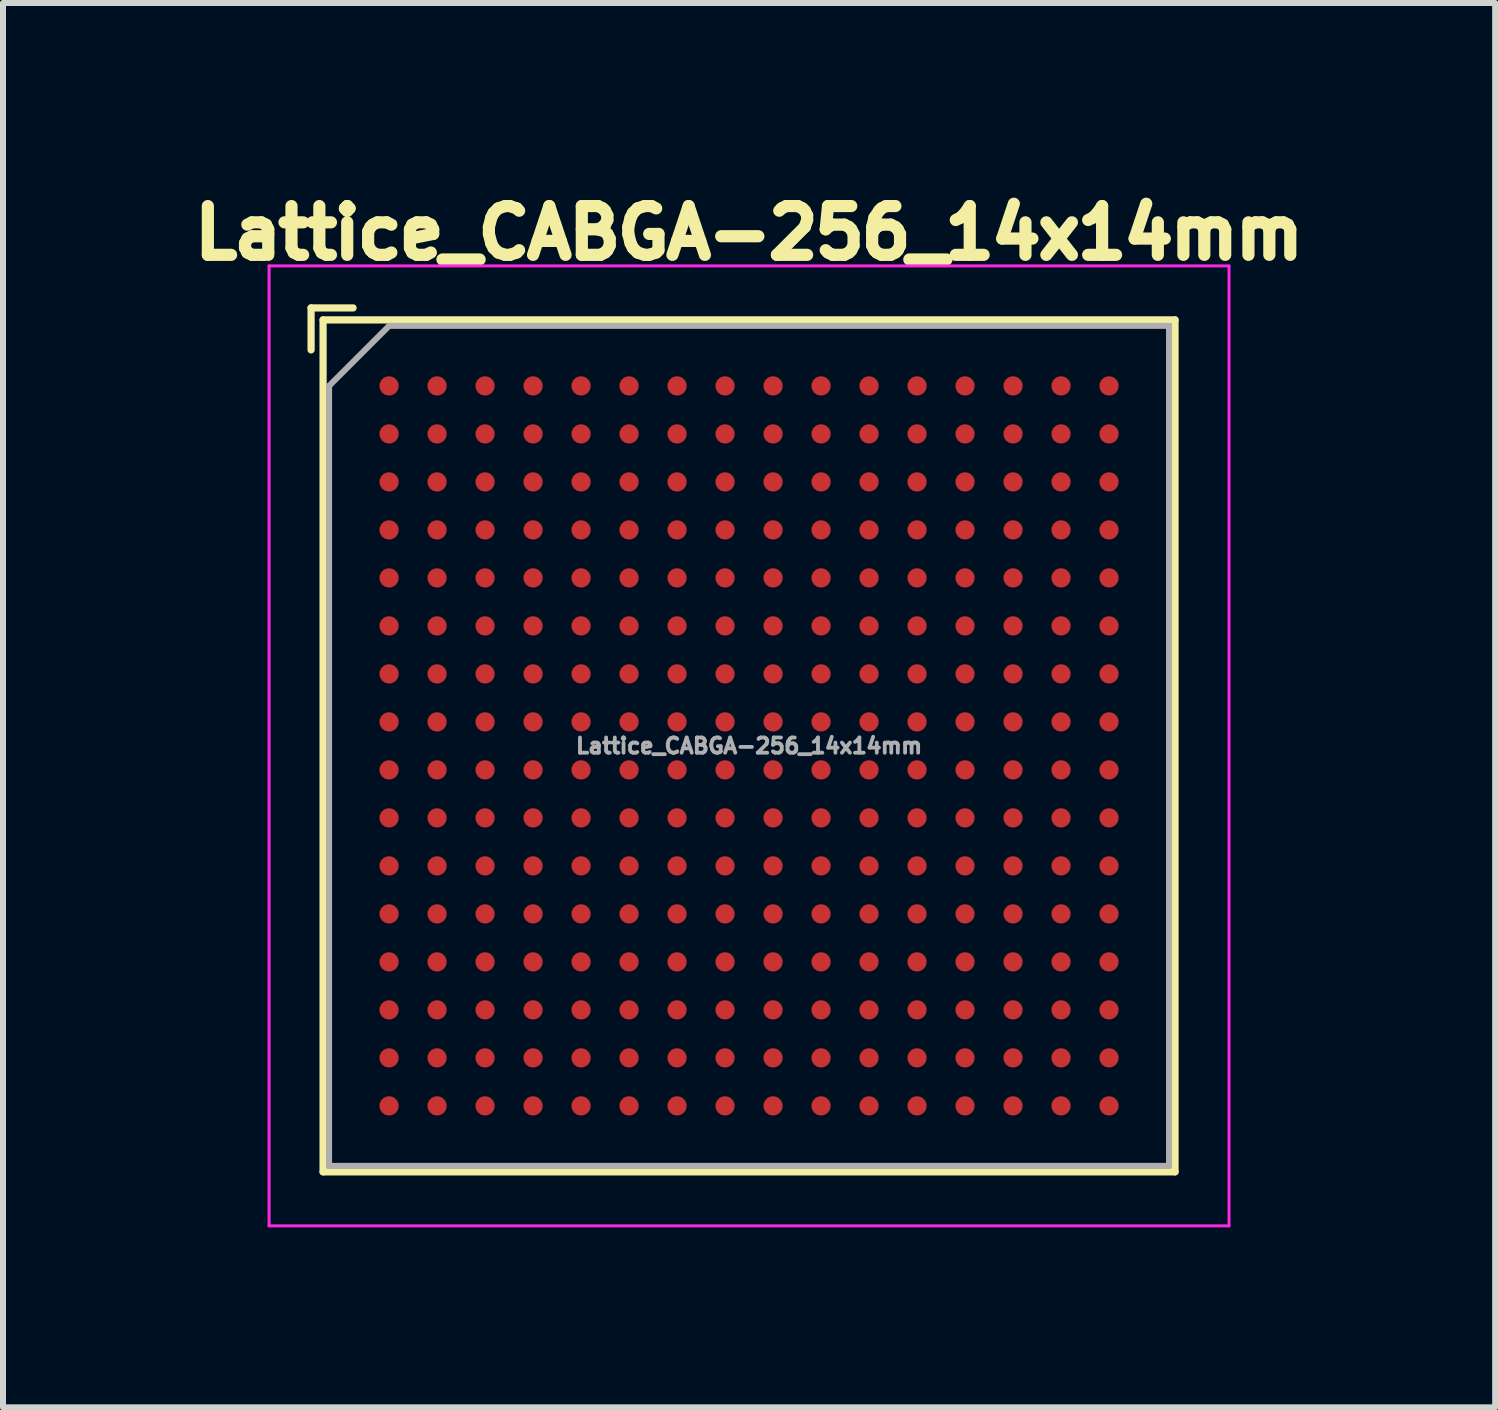
<source format=kicad_pcb>
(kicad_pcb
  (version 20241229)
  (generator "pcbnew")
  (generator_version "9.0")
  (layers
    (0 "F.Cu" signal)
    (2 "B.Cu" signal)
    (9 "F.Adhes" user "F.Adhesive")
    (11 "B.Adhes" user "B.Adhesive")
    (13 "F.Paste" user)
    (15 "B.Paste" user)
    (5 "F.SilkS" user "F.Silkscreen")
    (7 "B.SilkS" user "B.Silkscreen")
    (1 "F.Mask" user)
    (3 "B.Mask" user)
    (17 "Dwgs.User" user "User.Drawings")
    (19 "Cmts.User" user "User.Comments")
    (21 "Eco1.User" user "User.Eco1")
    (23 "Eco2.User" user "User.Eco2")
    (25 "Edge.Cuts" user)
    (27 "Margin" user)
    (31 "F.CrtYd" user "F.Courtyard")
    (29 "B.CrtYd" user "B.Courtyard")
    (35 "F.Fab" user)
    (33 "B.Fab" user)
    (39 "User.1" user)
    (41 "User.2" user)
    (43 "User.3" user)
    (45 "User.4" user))
  (footprint "Lattice_CABGA-256_14x14mm"
    (layer "F.Cu")
    (at 9.435 9.382)
    (property "Reference" "Lattice_CABGA-256_14x14mm" (at 0 -8.55 0) (layer "F.SilkS") (effects (font (size 0.813 0.813) (thickness 0.203))))
    (attr smd)
    (fp_line (start -7.3 -7.3) (end -7.3 -6.6) (stroke (width 0.12) (type solid)) (layer "F.SilkS"))
    (fp_line (start -7.1 -7.1) (end -7.1 7.1) (stroke (width 0.12) (type solid)) (layer "F.SilkS"))
    (fp_line (start -7.1 7.1) (end 7.1 7.1) (stroke (width 0.12) (type solid)) (layer "F.SilkS"))
    (fp_line (start -6.6 -7.3) (end -7.3 -7.3) (stroke (width 0.12) (type solid)) (layer "F.SilkS"))
    (fp_line (start 7.1 -7.1) (end -7.1 -7.1) (stroke (width 0.12) (type solid)) (layer "F.SilkS"))
    (fp_line (start 7.1 7.1) (end 7.1 -7.1) (stroke (width 0.12) (type solid)) (layer "F.SilkS"))
    (fp_line (start -8 -8) (end -8 8) (stroke (width 0.05) (type solid)) (layer "F.CrtYd"))
    (fp_line (start -8 -8) (end 8 -8) (stroke (width 0.05) (type solid)) (layer "F.CrtYd"))
    (fp_line (start 8 8) (end -8 8) (stroke (width 0.05) (type solid)) (layer "F.CrtYd"))
    (fp_line (start 8 8) (end 8 -8) (stroke (width 0.05) (type solid)) (layer "F.CrtYd"))
    (fp_line (start -7 -6) (end -7 7) (stroke (width 0.1) (type solid)) (layer "F.Fab"))
    (fp_line (start -7 7) (end 7 7) (stroke (width 0.1) (type solid)) (layer "F.Fab"))
    (fp_line (start -6 -7) (end -7 -6) (stroke (width 0.1) (type solid)) (layer "F.Fab"))
    (fp_line (start 7 -7) (end -6 -7) (stroke (width 0.1) (type solid)) (layer "F.Fab"))
    (fp_line (start 7 7) (end 7 -7) (stroke (width 0.1) (type solid)) (layer "F.Fab"))
    (fp_text user "${REFERENCE}" (at 0 0 0) (layer "F.Fab") (effects (font (size 0.254 0.254) (thickness 0.064))))
    (pad "A1" smd circle (at -6 -6) (size 0.32 0.32) (layers "F.Cu" "F.Mask" "F.Paste"))
    (pad "A2" smd circle (at -5.2 -6) (size 0.32 0.32) (layers "F.Cu" "F.Mask" "F.Paste"))
    (pad "A3" smd circle (at -4.4 -6) (size 0.32 0.32) (layers "F.Cu" "F.Mask" "F.Paste"))
    (pad "A4" smd circle (at -3.6 -6) (size 0.32 0.32) (layers "F.Cu" "F.Mask" "F.Paste"))
    (pad "A5" smd circle (at -2.8 -6) (size 0.32 0.32) (layers "F.Cu" "F.Mask" "F.Paste"))
    (pad "A6" smd circle (at -2 -6) (size 0.32 0.32) (layers "F.Cu" "F.Mask" "F.Paste"))
    (pad "A7" smd circle (at -1.2 -6) (size 0.32 0.32) (layers "F.Cu" "F.Mask" "F.Paste"))
    (pad "A8" smd circle (at -0.4 -6) (size 0.32 0.32) (layers "F.Cu" "F.Mask" "F.Paste"))
    (pad "A9" smd circle (at 0.4 -6) (size 0.32 0.32) (layers "F.Cu" "F.Mask" "F.Paste"))
    (pad "A10" smd circle (at 1.2 -6) (size 0.32 0.32) (layers "F.Cu" "F.Mask" "F.Paste"))
    (pad "A11" smd circle (at 2 -6) (size 0.32 0.32) (layers "F.Cu" "F.Mask" "F.Paste"))
    (pad "A12" smd circle (at 2.8 -6) (size 0.32 0.32) (layers "F.Cu" "F.Mask" "F.Paste"))
    (pad "A13" smd circle (at 3.6 -6) (size 0.32 0.32) (layers "F.Cu" "F.Mask" "F.Paste"))
    (pad "A14" smd circle (at 4.4 -6) (size 0.32 0.32) (layers "F.Cu" "F.Mask" "F.Paste"))
    (pad "A15" smd circle (at 5.2 -6) (size 0.32 0.32) (layers "F.Cu" "F.Mask" "F.Paste"))
    (pad "A16" smd circle (at 6 -6) (size 0.32 0.32) (layers "F.Cu" "F.Mask" "F.Paste"))
    (pad "B1" smd circle (at -6 -5.2) (size 0.32 0.32) (layers "F.Cu" "F.Mask" "F.Paste"))
    (pad "B2" smd circle (at -5.2 -5.2) (size 0.32 0.32) (layers "F.Cu" "F.Mask" "F.Paste"))
    (pad "B3" smd circle (at -4.4 -5.2) (size 0.32 0.32) (layers "F.Cu" "F.Mask" "F.Paste"))
    (pad "B4" smd circle (at -3.6 -5.2) (size 0.32 0.32) (layers "F.Cu" "F.Mask" "F.Paste"))
    (pad "B5" smd circle (at -2.8 -5.2) (size 0.32 0.32) (layers "F.Cu" "F.Mask" "F.Paste"))
    (pad "B6" smd circle (at -2 -5.2) (size 0.32 0.32) (layers "F.Cu" "F.Mask" "F.Paste"))
    (pad "B7" smd circle (at -1.2 -5.2) (size 0.32 0.32) (layers "F.Cu" "F.Mask" "F.Paste"))
    (pad "B8" smd circle (at -0.4 -5.2) (size 0.32 0.32) (layers "F.Cu" "F.Mask" "F.Paste"))
    (pad "B9" smd circle (at 0.4 -5.2) (size 0.32 0.32) (layers "F.Cu" "F.Mask" "F.Paste"))
    (pad "B10" smd circle (at 1.2 -5.2) (size 0.32 0.32) (layers "F.Cu" "F.Mask" "F.Paste"))
    (pad "B11" smd circle (at 2 -5.2) (size 0.32 0.32) (layers "F.Cu" "F.Mask" "F.Paste"))
    (pad "B12" smd circle (at 2.8 -5.2) (size 0.32 0.32) (layers "F.Cu" "F.Mask" "F.Paste"))
    (pad "B13" smd circle (at 3.6 -5.2) (size 0.32 0.32) (layers "F.Cu" "F.Mask" "F.Paste"))
    (pad "B14" smd circle (at 4.4 -5.2) (size 0.32 0.32) (layers "F.Cu" "F.Mask" "F.Paste"))
    (pad "B15" smd circle (at 5.2 -5.2) (size 0.32 0.32) (layers "F.Cu" "F.Mask" "F.Paste"))
    (pad "B16" smd circle (at 6 -5.2) (size 0.32 0.32) (layers "F.Cu" "F.Mask" "F.Paste"))
    (pad "C1" smd circle (at -6 -4.4) (size 0.32 0.32) (layers "F.Cu" "F.Mask" "F.Paste"))
    (pad "C2" smd circle (at -5.2 -4.4) (size 0.32 0.32) (layers "F.Cu" "F.Mask" "F.Paste"))
    (pad "C3" smd circle (at -4.4 -4.4) (size 0.32 0.32) (layers "F.Cu" "F.Mask" "F.Paste"))
    (pad "C4" smd circle (at -3.6 -4.4) (size 0.32 0.32) (layers "F.Cu" "F.Mask" "F.Paste"))
    (pad "C5" smd circle (at -2.8 -4.4) (size 0.32 0.32) (layers "F.Cu" "F.Mask" "F.Paste"))
    (pad "C6" smd circle (at -2 -4.4) (size 0.32 0.32) (layers "F.Cu" "F.Mask" "F.Paste"))
    (pad "C7" smd circle (at -1.2 -4.4) (size 0.32 0.32) (layers "F.Cu" "F.Mask" "F.Paste"))
    (pad "C8" smd circle (at -0.4 -4.4) (size 0.32 0.32) (layers "F.Cu" "F.Mask" "F.Paste"))
    (pad "C9" smd circle (at 0.4 -4.4) (size 0.32 0.32) (layers "F.Cu" "F.Mask" "F.Paste"))
    (pad "C10" smd circle (at 1.2 -4.4) (size 0.32 0.32) (layers "F.Cu" "F.Mask" "F.Paste"))
    (pad "C11" smd circle (at 2 -4.4) (size 0.32 0.32) (layers "F.Cu" "F.Mask" "F.Paste"))
    (pad "C12" smd circle (at 2.8 -4.4) (size 0.32 0.32) (layers "F.Cu" "F.Mask" "F.Paste"))
    (pad "C13" smd circle (at 3.6 -4.4) (size 0.32 0.32) (layers "F.Cu" "F.Mask" "F.Paste"))
    (pad "C14" smd circle (at 4.4 -4.4) (size 0.32 0.32) (layers "F.Cu" "F.Mask" "F.Paste"))
    (pad "C15" smd circle (at 5.2 -4.4) (size 0.32 0.32) (layers "F.Cu" "F.Mask" "F.Paste"))
    (pad "C16" smd circle (at 6 -4.4) (size 0.32 0.32) (layers "F.Cu" "F.Mask" "F.Paste"))
    (pad "D1" smd circle (at -6 -3.6) (size 0.32 0.32) (layers "F.Cu" "F.Mask" "F.Paste"))
    (pad "D2" smd circle (at -5.2 -3.6) (size 0.32 0.32) (layers "F.Cu" "F.Mask" "F.Paste"))
    (pad "D3" smd circle (at -4.4 -3.6) (size 0.32 0.32) (layers "F.Cu" "F.Mask" "F.Paste"))
    (pad "D4" smd circle (at -3.6 -3.6) (size 0.32 0.32) (layers "F.Cu" "F.Mask" "F.Paste"))
    (pad "D5" smd circle (at -2.8 -3.6) (size 0.32 0.32) (layers "F.Cu" "F.Mask" "F.Paste"))
    (pad "D6" smd circle (at -2 -3.6) (size 0.32 0.32) (layers "F.Cu" "F.Mask" "F.Paste"))
    (pad "D7" smd circle (at -1.2 -3.6) (size 0.32 0.32) (layers "F.Cu" "F.Mask" "F.Paste"))
    (pad "D8" smd circle (at -0.4 -3.6) (size 0.32 0.32) (layers "F.Cu" "F.Mask" "F.Paste"))
    (pad "D9" smd circle (at 0.4 -3.6) (size 0.32 0.32) (layers "F.Cu" "F.Mask" "F.Paste"))
    (pad "D10" smd circle (at 1.2 -3.6) (size 0.32 0.32) (layers "F.Cu" "F.Mask" "F.Paste"))
    (pad "D11" smd circle (at 2 -3.6) (size 0.32 0.32) (layers "F.Cu" "F.Mask" "F.Paste"))
    (pad "D12" smd circle (at 2.8 -3.6) (size 0.32 0.32) (layers "F.Cu" "F.Mask" "F.Paste"))
    (pad "D13" smd circle (at 3.6 -3.6) (size 0.32 0.32) (layers "F.Cu" "F.Mask" "F.Paste"))
    (pad "D14" smd circle (at 4.4 -3.6) (size 0.32 0.32) (layers "F.Cu" "F.Mask" "F.Paste"))
    (pad "D15" smd circle (at 5.2 -3.6) (size 0.32 0.32) (layers "F.Cu" "F.Mask" "F.Paste"))
    (pad "D16" smd circle (at 6 -3.6) (size 0.32 0.32) (layers "F.Cu" "F.Mask" "F.Paste"))
    (pad "E1" smd circle (at -6 -2.8) (size 0.32 0.32) (layers "F.Cu" "F.Mask" "F.Paste"))
    (pad "E2" smd circle (at -5.2 -2.8) (size 0.32 0.32) (layers "F.Cu" "F.Mask" "F.Paste"))
    (pad "E3" smd circle (at -4.4 -2.8) (size 0.32 0.32) (layers "F.Cu" "F.Mask" "F.Paste"))
    (pad "E4" smd circle (at -3.6 -2.8) (size 0.32 0.32) (layers "F.Cu" "F.Mask" "F.Paste"))
    (pad "E5" smd circle (at -2.8 -2.8) (size 0.32 0.32) (layers "F.Cu" "F.Mask" "F.Paste"))
    (pad "E6" smd circle (at -2 -2.8) (size 0.32 0.32) (layers "F.Cu" "F.Mask" "F.Paste"))
    (pad "E7" smd circle (at -1.2 -2.8) (size 0.32 0.32) (layers "F.Cu" "F.Mask" "F.Paste"))
    (pad "E8" smd circle (at -0.4 -2.8) (size 0.32 0.32) (layers "F.Cu" "F.Mask" "F.Paste"))
    (pad "E9" smd circle (at 0.4 -2.8) (size 0.32 0.32) (layers "F.Cu" "F.Mask" "F.Paste"))
    (pad "E10" smd circle (at 1.2 -2.8) (size 0.32 0.32) (layers "F.Cu" "F.Mask" "F.Paste"))
    (pad "E11" smd circle (at 2 -2.8) (size 0.32 0.32) (layers "F.Cu" "F.Mask" "F.Paste"))
    (pad "E12" smd circle (at 2.8 -2.8) (size 0.32 0.32) (layers "F.Cu" "F.Mask" "F.Paste"))
    (pad "E13" smd circle (at 3.6 -2.8) (size 0.32 0.32) (layers "F.Cu" "F.Mask" "F.Paste"))
    (pad "E14" smd circle (at 4.4 -2.8) (size 0.32 0.32) (layers "F.Cu" "F.Mask" "F.Paste"))
    (pad "E15" smd circle (at 5.2 -2.8) (size 0.32 0.32) (layers "F.Cu" "F.Mask" "F.Paste"))
    (pad "E16" smd circle (at 6 -2.8) (size 0.32 0.32) (layers "F.Cu" "F.Mask" "F.Paste"))
    (pad "F1" smd circle (at -6 -2) (size 0.32 0.32) (layers "F.Cu" "F.Mask" "F.Paste"))
    (pad "F2" smd circle (at -5.2 -2) (size 0.32 0.32) (layers "F.Cu" "F.Mask" "F.Paste"))
    (pad "F3" smd circle (at -4.4 -2) (size 0.32 0.32) (layers "F.Cu" "F.Mask" "F.Paste"))
    (pad "F4" smd circle (at -3.6 -2) (size 0.32 0.32) (layers "F.Cu" "F.Mask" "F.Paste"))
    (pad "F5" smd circle (at -2.8 -2) (size 0.32 0.32) (layers "F.Cu" "F.Mask" "F.Paste"))
    (pad "F6" smd circle (at -2 -2) (size 0.32 0.32) (layers "F.Cu" "F.Mask" "F.Paste"))
    (pad "F7" smd circle (at -1.2 -2) (size 0.32 0.32) (layers "F.Cu" "F.Mask" "F.Paste"))
    (pad "F8" smd circle (at -0.4 -2) (size 0.32 0.32) (layers "F.Cu" "F.Mask" "F.Paste"))
    (pad "F9" smd circle (at 0.4 -2) (size 0.32 0.32) (layers "F.Cu" "F.Mask" "F.Paste"))
    (pad "F10" smd circle (at 1.2 -2) (size 0.32 0.32) (layers "F.Cu" "F.Mask" "F.Paste"))
    (pad "F11" smd circle (at 2 -2) (size 0.32 0.32) (layers "F.Cu" "F.Mask" "F.Paste"))
    (pad "F12" smd circle (at 2.8 -2) (size 0.32 0.32) (layers "F.Cu" "F.Mask" "F.Paste"))
    (pad "F13" smd circle (at 3.6 -2) (size 0.32 0.32) (layers "F.Cu" "F.Mask" "F.Paste"))
    (pad "F14" smd circle (at 4.4 -2) (size 0.32 0.32) (layers "F.Cu" "F.Mask" "F.Paste"))
    (pad "F15" smd circle (at 5.2 -2) (size 0.32 0.32) (layers "F.Cu" "F.Mask" "F.Paste"))
    (pad "F16" smd circle (at 6 -2) (size 0.32 0.32) (layers "F.Cu" "F.Mask" "F.Paste"))
    (pad "G1" smd circle (at -6 -1.2) (size 0.32 0.32) (layers "F.Cu" "F.Mask" "F.Paste"))
    (pad "G2" smd circle (at -5.2 -1.2) (size 0.32 0.32) (layers "F.Cu" "F.Mask" "F.Paste"))
    (pad "G3" smd circle (at -4.4 -1.2) (size 0.32 0.32) (layers "F.Cu" "F.Mask" "F.Paste"))
    (pad "G4" smd circle (at -3.6 -1.2) (size 0.32 0.32) (layers "F.Cu" "F.Mask" "F.Paste"))
    (pad "G5" smd circle (at -2.8 -1.2) (size 0.32 0.32) (layers "F.Cu" "F.Mask" "F.Paste"))
    (pad "G6" smd circle (at -2 -1.2) (size 0.32 0.32) (layers "F.Cu" "F.Mask" "F.Paste"))
    (pad "G7" smd circle (at -1.2 -1.2) (size 0.32 0.32) (layers "F.Cu" "F.Mask" "F.Paste"))
    (pad "G8" smd circle (at -0.4 -1.2) (size 0.32 0.32) (layers "F.Cu" "F.Mask" "F.Paste"))
    (pad "G9" smd circle (at 0.4 -1.2) (size 0.32 0.32) (layers "F.Cu" "F.Mask" "F.Paste"))
    (pad "G10" smd circle (at 1.2 -1.2) (size 0.32 0.32) (layers "F.Cu" "F.Mask" "F.Paste"))
    (pad "G11" smd circle (at 2 -1.2) (size 0.32 0.32) (layers "F.Cu" "F.Mask" "F.Paste"))
    (pad "G12" smd circle (at 2.8 -1.2) (size 0.32 0.32) (layers "F.Cu" "F.Mask" "F.Paste"))
    (pad "G13" smd circle (at 3.6 -1.2) (size 0.32 0.32) (layers "F.Cu" "F.Mask" "F.Paste"))
    (pad "G14" smd circle (at 4.4 -1.2) (size 0.32 0.32) (layers "F.Cu" "F.Mask" "F.Paste"))
    (pad "G15" smd circle (at 5.2 -1.2) (size 0.32 0.32) (layers "F.Cu" "F.Mask" "F.Paste"))
    (pad "G16" smd circle (at 6 -1.2) (size 0.32 0.32) (layers "F.Cu" "F.Mask" "F.Paste"))
    (pad "H1" smd circle (at -6 -0.4) (size 0.32 0.32) (layers "F.Cu" "F.Mask" "F.Paste"))
    (pad "H2" smd circle (at -5.2 -0.4) (size 0.32 0.32) (layers "F.Cu" "F.Mask" "F.Paste"))
    (pad "H3" smd circle (at -4.4 -0.4) (size 0.32 0.32) (layers "F.Cu" "F.Mask" "F.Paste"))
    (pad "H4" smd circle (at -3.6 -0.4) (size 0.32 0.32) (layers "F.Cu" "F.Mask" "F.Paste"))
    (pad "H5" smd circle (at -2.8 -0.4) (size 0.32 0.32) (layers "F.Cu" "F.Mask" "F.Paste"))
    (pad "H6" smd circle (at -2 -0.4) (size 0.32 0.32) (layers "F.Cu" "F.Mask" "F.Paste"))
    (pad "H7" smd circle (at -1.2 -0.4) (size 0.32 0.32) (layers "F.Cu" "F.Mask" "F.Paste"))
    (pad "H8" smd circle (at -0.4 -0.4) (size 0.32 0.32) (layers "F.Cu" "F.Mask" "F.Paste"))
    (pad "H9" smd circle (at 0.4 -0.4) (size 0.32 0.32) (layers "F.Cu" "F.Mask" "F.Paste"))
    (pad "H10" smd circle (at 1.2 -0.4) (size 0.32 0.32) (layers "F.Cu" "F.Mask" "F.Paste"))
    (pad "H11" smd circle (at 2 -0.4) (size 0.32 0.32) (layers "F.Cu" "F.Mask" "F.Paste"))
    (pad "H12" smd circle (at 2.8 -0.4) (size 0.32 0.32) (layers "F.Cu" "F.Mask" "F.Paste"))
    (pad "H13" smd circle (at 3.6 -0.4) (size 0.32 0.32) (layers "F.Cu" "F.Mask" "F.Paste"))
    (pad "H14" smd circle (at 4.4 -0.4) (size 0.32 0.32) (layers "F.Cu" "F.Mask" "F.Paste"))
    (pad "H15" smd circle (at 5.2 -0.4) (size 0.32 0.32) (layers "F.Cu" "F.Mask" "F.Paste"))
    (pad "H16" smd circle (at 6 -0.4) (size 0.32 0.32) (layers "F.Cu" "F.Mask" "F.Paste"))
    (pad "J1" smd circle (at -6 0.4) (size 0.32 0.32) (layers "F.Cu" "F.Mask" "F.Paste"))
    (pad "J2" smd circle (at -5.2 0.4) (size 0.32 0.32) (layers "F.Cu" "F.Mask" "F.Paste"))
    (pad "J3" smd circle (at -4.4 0.4) (size 0.32 0.32) (layers "F.Cu" "F.Mask" "F.Paste"))
    (pad "J4" smd circle (at -3.6 0.4) (size 0.32 0.32) (layers "F.Cu" "F.Mask" "F.Paste"))
    (pad "J5" smd circle (at -2.8 0.4) (size 0.32 0.32) (layers "F.Cu" "F.Mask" "F.Paste"))
    (pad "J6" smd circle (at -2 0.4) (size 0.32 0.32) (layers "F.Cu" "F.Mask" "F.Paste"))
    (pad "J7" smd circle (at -1.2 0.4) (size 0.32 0.32) (layers "F.Cu" "F.Mask" "F.Paste"))
    (pad "J8" smd circle (at -0.4 0.4) (size 0.32 0.32) (layers "F.Cu" "F.Mask" "F.Paste"))
    (pad "J9" smd circle (at 0.4 0.4) (size 0.32 0.32) (layers "F.Cu" "F.Mask" "F.Paste"))
    (pad "J10" smd circle (at 1.2 0.4) (size 0.32 0.32) (layers "F.Cu" "F.Mask" "F.Paste"))
    (pad "J11" smd circle (at 2 0.4) (size 0.32 0.32) (layers "F.Cu" "F.Mask" "F.Paste"))
    (pad "J12" smd circle (at 2.8 0.4) (size 0.32 0.32) (layers "F.Cu" "F.Mask" "F.Paste"))
    (pad "J13" smd circle (at 3.6 0.4) (size 0.32 0.32) (layers "F.Cu" "F.Mask" "F.Paste"))
    (pad "J14" smd circle (at 4.4 0.4) (size 0.32 0.32) (layers "F.Cu" "F.Mask" "F.Paste"))
    (pad "J15" smd circle (at 5.2 0.4) (size 0.32 0.32) (layers "F.Cu" "F.Mask" "F.Paste"))
    (pad "J16" smd circle (at 6 0.4) (size 0.32 0.32) (layers "F.Cu" "F.Mask" "F.Paste"))
    (pad "K1" smd circle (at -6 1.2) (size 0.32 0.32) (layers "F.Cu" "F.Mask" "F.Paste"))
    (pad "K2" smd circle (at -5.2 1.2) (size 0.32 0.32) (layers "F.Cu" "F.Mask" "F.Paste"))
    (pad "K3" smd circle (at -4.4 1.2) (size 0.32 0.32) (layers "F.Cu" "F.Mask" "F.Paste"))
    (pad "K4" smd circle (at -3.6 1.2) (size 0.32 0.32) (layers "F.Cu" "F.Mask" "F.Paste"))
    (pad "K5" smd circle (at -2.8 1.2) (size 0.32 0.32) (layers "F.Cu" "F.Mask" "F.Paste"))
    (pad "K6" smd circle (at -2 1.2) (size 0.32 0.32) (layers "F.Cu" "F.Mask" "F.Paste"))
    (pad "K7" smd circle (at -1.2 1.2) (size 0.32 0.32) (layers "F.Cu" "F.Mask" "F.Paste"))
    (pad "K8" smd circle (at -0.4 1.2) (size 0.32 0.32) (layers "F.Cu" "F.Mask" "F.Paste"))
    (pad "K9" smd circle (at 0.4 1.2) (size 0.32 0.32) (layers "F.Cu" "F.Mask" "F.Paste"))
    (pad "K10" smd circle (at 1.2 1.2) (size 0.32 0.32) (layers "F.Cu" "F.Mask" "F.Paste"))
    (pad "K11" smd circle (at 2 1.2) (size 0.32 0.32) (layers "F.Cu" "F.Mask" "F.Paste"))
    (pad "K12" smd circle (at 2.8 1.2) (size 0.32 0.32) (layers "F.Cu" "F.Mask" "F.Paste"))
    (pad "K13" smd circle (at 3.6 1.2) (size 0.32 0.32) (layers "F.Cu" "F.Mask" "F.Paste"))
    (pad "K14" smd circle (at 4.4 1.2) (size 0.32 0.32) (layers "F.Cu" "F.Mask" "F.Paste"))
    (pad "K15" smd circle (at 5.2 1.2) (size 0.32 0.32) (layers "F.Cu" "F.Mask" "F.Paste"))
    (pad "K16" smd circle (at 6 1.2) (size 0.32 0.32) (layers "F.Cu" "F.Mask" "F.Paste"))
    (pad "L1" smd circle (at -6 2) (size 0.32 0.32) (layers "F.Cu" "F.Mask" "F.Paste"))
    (pad "L2" smd circle (at -5.2 2) (size 0.32 0.32) (layers "F.Cu" "F.Mask" "F.Paste"))
    (pad "L3" smd circle (at -4.4 2) (size 0.32 0.32) (layers "F.Cu" "F.Mask" "F.Paste"))
    (pad "L4" smd circle (at -3.6 2) (size 0.32 0.32) (layers "F.Cu" "F.Mask" "F.Paste"))
    (pad "L5" smd circle (at -2.8 2) (size 0.32 0.32) (layers "F.Cu" "F.Mask" "F.Paste"))
    (pad "L6" smd circle (at -2 2) (size 0.32 0.32) (layers "F.Cu" "F.Mask" "F.Paste"))
    (pad "L7" smd circle (at -1.2 2) (size 0.32 0.32) (layers "F.Cu" "F.Mask" "F.Paste"))
    (pad "L8" smd circle (at -0.4 2) (size 0.32 0.32) (layers "F.Cu" "F.Mask" "F.Paste"))
    (pad "L9" smd circle (at 0.4 2) (size 0.32 0.32) (layers "F.Cu" "F.Mask" "F.Paste"))
    (pad "L10" smd circle (at 1.2 2) (size 0.32 0.32) (layers "F.Cu" "F.Mask" "F.Paste"))
    (pad "L11" smd circle (at 2 2) (size 0.32 0.32) (layers "F.Cu" "F.Mask" "F.Paste"))
    (pad "L12" smd circle (at 2.8 2) (size 0.32 0.32) (layers "F.Cu" "F.Mask" "F.Paste"))
    (pad "L13" smd circle (at 3.6 2) (size 0.32 0.32) (layers "F.Cu" "F.Mask" "F.Paste"))
    (pad "L14" smd circle (at 4.4 2) (size 0.32 0.32) (layers "F.Cu" "F.Mask" "F.Paste"))
    (pad "L15" smd circle (at 5.2 2) (size 0.32 0.32) (layers "F.Cu" "F.Mask" "F.Paste"))
    (pad "L16" smd circle (at 6 2) (size 0.32 0.32) (layers "F.Cu" "F.Mask" "F.Paste"))
    (pad "M1" smd circle (at -6 2.8) (size 0.32 0.32) (layers "F.Cu" "F.Mask" "F.Paste"))
    (pad "M2" smd circle (at -5.2 2.8) (size 0.32 0.32) (layers "F.Cu" "F.Mask" "F.Paste"))
    (pad "M3" smd circle (at -4.4 2.8) (size 0.32 0.32) (layers "F.Cu" "F.Mask" "F.Paste"))
    (pad "M4" smd circle (at -3.6 2.8) (size 0.32 0.32) (layers "F.Cu" "F.Mask" "F.Paste"))
    (pad "M5" smd circle (at -2.8 2.8) (size 0.32 0.32) (layers "F.Cu" "F.Mask" "F.Paste"))
    (pad "M6" smd circle (at -2 2.8) (size 0.32 0.32) (layers "F.Cu" "F.Mask" "F.Paste"))
    (pad "M7" smd circle (at -1.2 2.8) (size 0.32 0.32) (layers "F.Cu" "F.Mask" "F.Paste"))
    (pad "M8" smd circle (at -0.4 2.8) (size 0.32 0.32) (layers "F.Cu" "F.Mask" "F.Paste"))
    (pad "M9" smd circle (at 0.4 2.8) (size 0.32 0.32) (layers "F.Cu" "F.Mask" "F.Paste"))
    (pad "M10" smd circle (at 1.2 2.8) (size 0.32 0.32) (layers "F.Cu" "F.Mask" "F.Paste"))
    (pad "M11" smd circle (at 2 2.8) (size 0.32 0.32) (layers "F.Cu" "F.Mask" "F.Paste"))
    (pad "M12" smd circle (at 2.8 2.8) (size 0.32 0.32) (layers "F.Cu" "F.Mask" "F.Paste"))
    (pad "M13" smd circle (at 3.6 2.8) (size 0.32 0.32) (layers "F.Cu" "F.Mask" "F.Paste"))
    (pad "M14" smd circle (at 4.4 2.8) (size 0.32 0.32) (layers "F.Cu" "F.Mask" "F.Paste"))
    (pad "M15" smd circle (at 5.2 2.8) (size 0.32 0.32) (layers "F.Cu" "F.Mask" "F.Paste"))
    (pad "M16" smd circle (at 6 2.8) (size 0.32 0.32) (layers "F.Cu" "F.Mask" "F.Paste"))
    (pad "N1" smd circle (at -6 3.6) (size 0.32 0.32) (layers "F.Cu" "F.Mask" "F.Paste"))
    (pad "N2" smd circle (at -5.2 3.6) (size 0.32 0.32) (layers "F.Cu" "F.Mask" "F.Paste"))
    (pad "N3" smd circle (at -4.4 3.6) (size 0.32 0.32) (layers "F.Cu" "F.Mask" "F.Paste"))
    (pad "N4" smd circle (at -3.6 3.6) (size 0.32 0.32) (layers "F.Cu" "F.Mask" "F.Paste"))
    (pad "N5" smd circle (at -2.8 3.6) (size 0.32 0.32) (layers "F.Cu" "F.Mask" "F.Paste"))
    (pad "N6" smd circle (at -2 3.6) (size 0.32 0.32) (layers "F.Cu" "F.Mask" "F.Paste"))
    (pad "N7" smd circle (at -1.2 3.6) (size 0.32 0.32) (layers "F.Cu" "F.Mask" "F.Paste"))
    (pad "N8" smd circle (at -0.4 3.6) (size 0.32 0.32) (layers "F.Cu" "F.Mask" "F.Paste"))
    (pad "N9" smd circle (at 0.4 3.6) (size 0.32 0.32) (layers "F.Cu" "F.Mask" "F.Paste"))
    (pad "N10" smd circle (at 1.2 3.6) (size 0.32 0.32) (layers "F.Cu" "F.Mask" "F.Paste"))
    (pad "N11" smd circle (at 2 3.6) (size 0.32 0.32) (layers "F.Cu" "F.Mask" "F.Paste"))
    (pad "N12" smd circle (at 2.8 3.6) (size 0.32 0.32) (layers "F.Cu" "F.Mask" "F.Paste"))
    (pad "N13" smd circle (at 3.6 3.6) (size 0.32 0.32) (layers "F.Cu" "F.Mask" "F.Paste"))
    (pad "N14" smd circle (at 4.4 3.6) (size 0.32 0.32) (layers "F.Cu" "F.Mask" "F.Paste"))
    (pad "N15" smd circle (at 5.2 3.6) (size 0.32 0.32) (layers "F.Cu" "F.Mask" "F.Paste"))
    (pad "N16" smd circle (at 6 3.6) (size 0.32 0.32) (layers "F.Cu" "F.Mask" "F.Paste"))
    (pad "P1" smd circle (at -6 4.4) (size 0.32 0.32) (layers "F.Cu" "F.Mask" "F.Paste"))
    (pad "P2" smd circle (at -5.2 4.4) (size 0.32 0.32) (layers "F.Cu" "F.Mask" "F.Paste"))
    (pad "P3" smd circle (at -4.4 4.4) (size 0.32 0.32) (layers "F.Cu" "F.Mask" "F.Paste"))
    (pad "P4" smd circle (at -3.6 4.4) (size 0.32 0.32) (layers "F.Cu" "F.Mask" "F.Paste"))
    (pad "P5" smd circle (at -2.8 4.4) (size 0.32 0.32) (layers "F.Cu" "F.Mask" "F.Paste"))
    (pad "P6" smd circle (at -2 4.4) (size 0.32 0.32) (layers "F.Cu" "F.Mask" "F.Paste"))
    (pad "P7" smd circle (at -1.2 4.4) (size 0.32 0.32) (layers "F.Cu" "F.Mask" "F.Paste"))
    (pad "P8" smd circle (at -0.4 4.4) (size 0.32 0.32) (layers "F.Cu" "F.Mask" "F.Paste"))
    (pad "P9" smd circle (at 0.4 4.4) (size 0.32 0.32) (layers "F.Cu" "F.Mask" "F.Paste"))
    (pad "P10" smd circle (at 1.2 4.4) (size 0.32 0.32) (layers "F.Cu" "F.Mask" "F.Paste"))
    (pad "P11" smd circle (at 2 4.4) (size 0.32 0.32) (layers "F.Cu" "F.Mask" "F.Paste"))
    (pad "P12" smd circle (at 2.8 4.4) (size 0.32 0.32) (layers "F.Cu" "F.Mask" "F.Paste"))
    (pad "P13" smd circle (at 3.6 4.4) (size 0.32 0.32) (layers "F.Cu" "F.Mask" "F.Paste"))
    (pad "P14" smd circle (at 4.4 4.4) (size 0.32 0.32) (layers "F.Cu" "F.Mask" "F.Paste"))
    (pad "P15" smd circle (at 5.2 4.4) (size 0.32 0.32) (layers "F.Cu" "F.Mask" "F.Paste"))
    (pad "P16" smd circle (at 6 4.4) (size 0.32 0.32) (layers "F.Cu" "F.Mask" "F.Paste"))
    (pad "R1" smd circle (at -6 5.2) (size 0.32 0.32) (layers "F.Cu" "F.Mask" "F.Paste"))
    (pad "R2" smd circle (at -5.2 5.2) (size 0.32 0.32) (layers "F.Cu" "F.Mask" "F.Paste"))
    (pad "R3" smd circle (at -4.4 5.2) (size 0.32 0.32) (layers "F.Cu" "F.Mask" "F.Paste"))
    (pad "R4" smd circle (at -3.6 5.2) (size 0.32 0.32) (layers "F.Cu" "F.Mask" "F.Paste"))
    (pad "R5" smd circle (at -2.8 5.2) (size 0.32 0.32) (layers "F.Cu" "F.Mask" "F.Paste"))
    (pad "R6" smd circle (at -2 5.2) (size 0.32 0.32) (layers "F.Cu" "F.Mask" "F.Paste"))
    (pad "R7" smd circle (at -1.2 5.2) (size 0.32 0.32) (layers "F.Cu" "F.Mask" "F.Paste"))
    (pad "R8" smd circle (at -0.4 5.2) (size 0.32 0.32) (layers "F.Cu" "F.Mask" "F.Paste"))
    (pad "R9" smd circle (at 0.4 5.2) (size 0.32 0.32) (layers "F.Cu" "F.Mask" "F.Paste"))
    (pad "R10" smd circle (at 1.2 5.2) (size 0.32 0.32) (layers "F.Cu" "F.Mask" "F.Paste"))
    (pad "R11" smd circle (at 2 5.2) (size 0.32 0.32) (layers "F.Cu" "F.Mask" "F.Paste"))
    (pad "R12" smd circle (at 2.8 5.2) (size 0.32 0.32) (layers "F.Cu" "F.Mask" "F.Paste"))
    (pad "R13" smd circle (at 3.6 5.2) (size 0.32 0.32) (layers "F.Cu" "F.Mask" "F.Paste"))
    (pad "R14" smd circle (at 4.4 5.2) (size 0.32 0.32) (layers "F.Cu" "F.Mask" "F.Paste"))
    (pad "R15" smd circle (at 5.2 5.2) (size 0.32 0.32) (layers "F.Cu" "F.Mask" "F.Paste"))
    (pad "R16" smd circle (at 6 5.2) (size 0.32 0.32) (layers "F.Cu" "F.Mask" "F.Paste"))
    (pad "T1" smd circle (at -6 6) (size 0.32 0.32) (layers "F.Cu" "F.Mask" "F.Paste"))
    (pad "T2" smd circle (at -5.2 6) (size 0.32 0.32) (layers "F.Cu" "F.Mask" "F.Paste"))
    (pad "T3" smd circle (at -4.4 6) (size 0.32 0.32) (layers "F.Cu" "F.Mask" "F.Paste"))
    (pad "T4" smd circle (at -3.6 6) (size 0.32 0.32) (layers "F.Cu" "F.Mask" "F.Paste"))
    (pad "T5" smd circle (at -2.8 6) (size 0.32 0.32) (layers "F.Cu" "F.Mask" "F.Paste"))
    (pad "T6" smd circle (at -2 6) (size 0.32 0.32) (layers "F.Cu" "F.Mask" "F.Paste"))
    (pad "T7" smd circle (at -1.2 6) (size 0.32 0.32) (layers "F.Cu" "F.Mask" "F.Paste"))
    (pad "T8" smd circle (at -0.4 6) (size 0.32 0.32) (layers "F.Cu" "F.Mask" "F.Paste"))
    (pad "T9" smd circle (at 0.4 6) (size 0.32 0.32) (layers "F.Cu" "F.Mask" "F.Paste"))
    (pad "T10" smd circle (at 1.2 6) (size 0.32 0.32) (layers "F.Cu" "F.Mask" "F.Paste"))
    (pad "T11" smd circle (at 2 6) (size 0.32 0.32) (layers "F.Cu" "F.Mask" "F.Paste"))
    (pad "T12" smd circle (at 2.8 6) (size 0.32 0.32) (layers "F.Cu" "F.Mask" "F.Paste"))
    (pad "T13" smd circle (at 3.6 6) (size 0.32 0.32) (layers "F.Cu" "F.Mask" "F.Paste"))
    (pad "T14" smd circle (at 4.4 6) (size 0.32 0.32) (layers "F.Cu" "F.Mask" "F.Paste"))
    (pad "T15" smd circle (at 5.2 6) (size 0.32 0.32) (layers "F.Cu" "F.Mask" "F.Paste"))
    (pad "T16" smd circle (at 6 6) (size 0.32 0.32) (layers "F.Cu" "F.Mask" "F.Paste")))
  (gr_rect
    (start -3 -3)
    (end 21.871 20.407)
    (stroke (width 0.1) (type default))
    (fill no)
    (layer "Edge.Cuts")))
</source>
